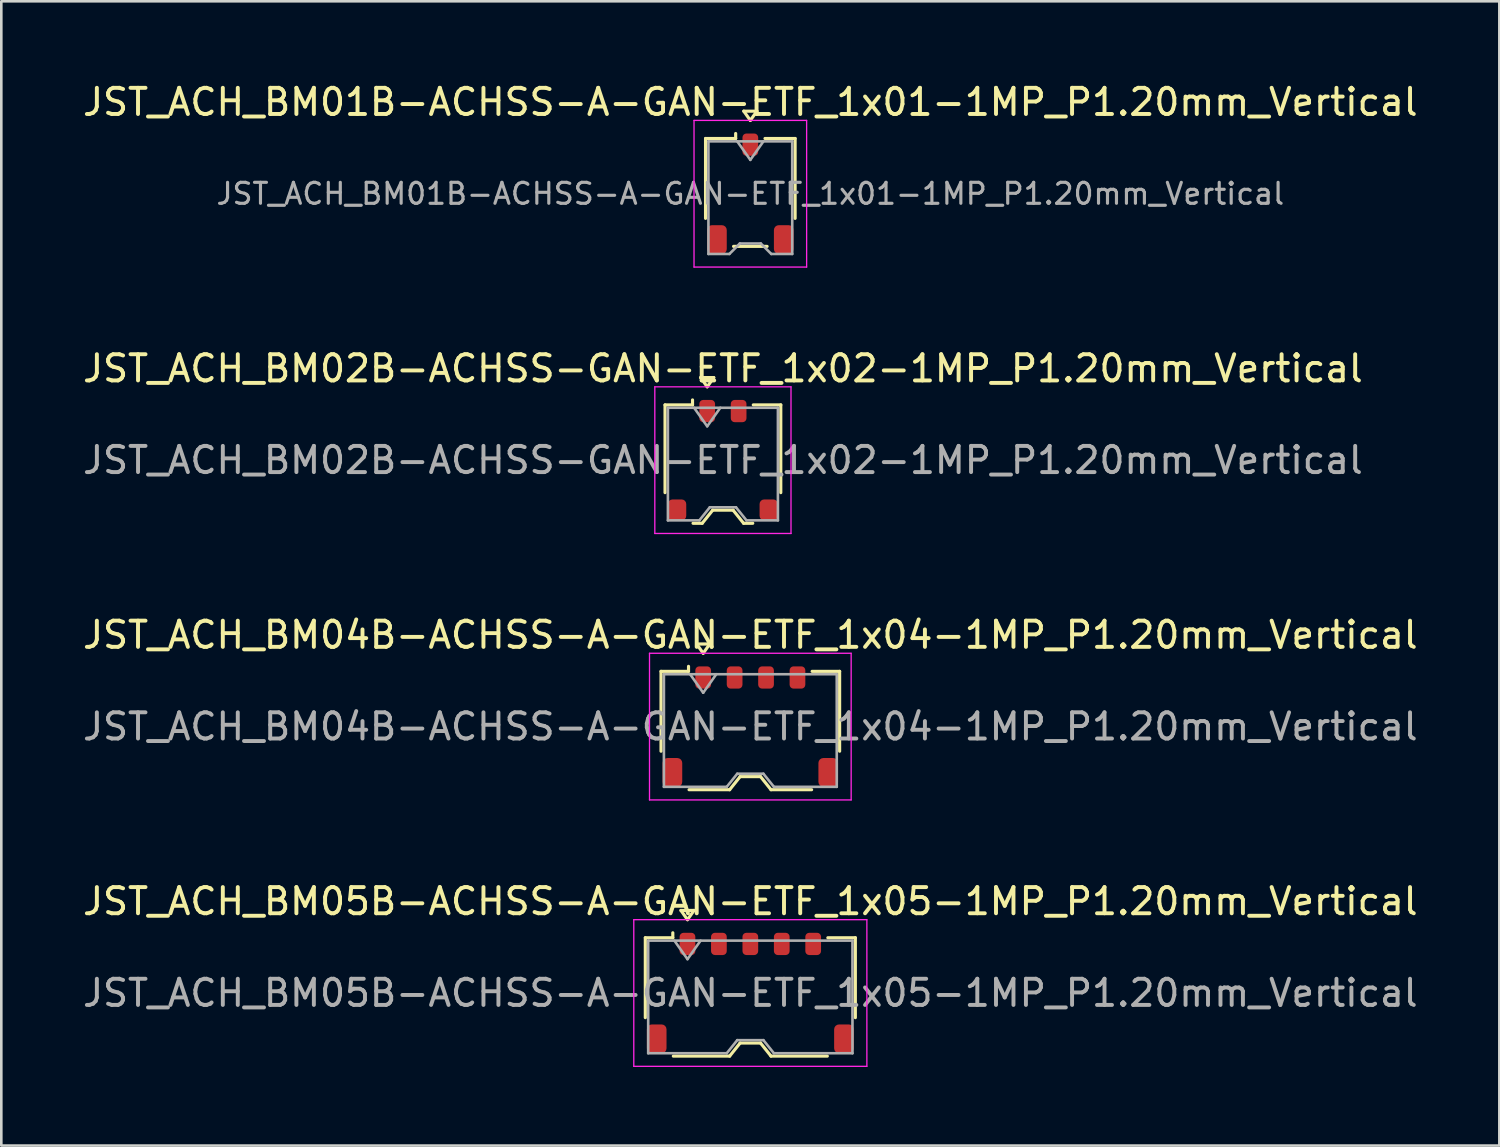
<source format=kicad_pcb>
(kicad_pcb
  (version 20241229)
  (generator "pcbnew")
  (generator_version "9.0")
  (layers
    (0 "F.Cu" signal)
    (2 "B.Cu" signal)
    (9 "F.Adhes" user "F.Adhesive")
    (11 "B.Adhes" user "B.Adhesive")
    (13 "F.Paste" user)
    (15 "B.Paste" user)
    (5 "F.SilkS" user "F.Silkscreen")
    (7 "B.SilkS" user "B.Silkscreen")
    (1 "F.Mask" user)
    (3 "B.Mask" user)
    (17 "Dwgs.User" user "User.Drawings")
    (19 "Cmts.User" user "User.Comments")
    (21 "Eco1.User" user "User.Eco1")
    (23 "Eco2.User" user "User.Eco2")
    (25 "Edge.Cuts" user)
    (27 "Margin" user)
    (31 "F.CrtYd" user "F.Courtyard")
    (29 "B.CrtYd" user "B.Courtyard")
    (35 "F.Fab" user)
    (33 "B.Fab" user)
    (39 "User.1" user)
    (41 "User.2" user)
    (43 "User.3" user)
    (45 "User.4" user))
  (footprint "JST_ACH_BM05B-ACHSS-A-GAN-ETF_1x05-1MP_P1.20mm_Vertical"
    (layer "F.Cu")
    (at 25.601 34.868)
    (property "Reference" "JST_ACH_BM05B-ACHSS-A-GAN-ETF_1x05-1MP_P1.20mm_Vertical" (at 0 -3.5 0) (layer "F.SilkS") (effects (font (size 1 1) (thickness 0.15))))
    (attr smd)
    (fp_line (start -4.01 -2.11) (end -2.96 -2.11) (stroke (width 0.12) (type solid)) (layer "F.SilkS"))
    (fp_line (start -4.01 0.94) (end -4.01 -2.11) (stroke (width 0.12) (type solid)) (layer "F.SilkS"))
    (fp_line (start -2.96 -2.11) (end -2.96 -2.3) (stroke (width 0.12) (type solid)) (layer "F.SilkS"))
    (fp_line (start -2.94 2.41) (end -0.79 2.41) (stroke (width 0.12) (type solid)) (layer "F.SilkS"))
    (fp_line (start -2.65 -3.154) (end -2.4 -2.8) (stroke (width 0.12) (type solid)) (layer "F.SilkS"))
    (fp_line (start -2.4 -2.8) (end -2.15 -3.154) (stroke (width 0.12) (type solid)) (layer "F.SilkS"))
    (fp_line (start -2.15 -3.154) (end -2.65 -3.154) (stroke (width 0.12) (type solid)) (layer "F.SilkS"))
    (fp_line (start -0.79 2.41) (end -0.39 1.91) (stroke (width 0.12) (type solid)) (layer "F.SilkS"))
    (fp_line (start -0.39 1.91) (end 0.39 1.91) (stroke (width 0.12) (type solid)) (layer "F.SilkS"))
    (fp_line (start 0.39 1.91) (end 0.79 2.41) (stroke (width 0.12) (type solid)) (layer "F.SilkS"))
    (fp_line (start 0.79 2.41) (end 2.94 2.41) (stroke (width 0.12) (type solid)) (layer "F.SilkS"))
    (fp_line (start 4.01 -2.11) (end 2.96 -2.11) (stroke (width 0.12) (type solid)) (layer "F.SilkS"))
    (fp_line (start 4.01 0.94) (end 4.01 -2.11) (stroke (width 0.12) (type solid)) (layer "F.SilkS"))
    (fp_line (start -4.45 -2.8) (end -4.45 2.8) (stroke (width 0.05) (type solid)) (layer "F.CrtYd"))
    (fp_line (start -4.45 2.8) (end 4.45 2.8) (stroke (width 0.05) (type solid)) (layer "F.CrtYd"))
    (fp_line (start 4.45 -2.8) (end -4.45 -2.8) (stroke (width 0.05) (type solid)) (layer "F.CrtYd"))
    (fp_line (start 4.45 2.8) (end 4.45 -2.8) (stroke (width 0.05) (type solid)) (layer "F.CrtYd"))
    (fp_line (start -3.9 -2) (end -3.9 2.3) (stroke (width 0.1) (type solid)) (layer "F.Fab"))
    (fp_line (start -3.9 -2) (end 3.9 -2) (stroke (width 0.1) (type solid)) (layer "F.Fab"))
    (fp_line (start -3.9 2.3) (end -0.9 2.3) (stroke (width 0.1) (type solid)) (layer "F.Fab"))
    (fp_line (start -2.9 -2) (end -2.4 -1.293) (stroke (width 0.1) (type solid)) (layer "F.Fab"))
    (fp_line (start -2.4 -1.293) (end -1.9 -2) (stroke (width 0.1) (type solid)) (layer "F.Fab"))
    (fp_line (start -0.9 2.3) (end -0.5 1.8) (stroke (width 0.1) (type solid)) (layer "F.Fab"))
    (fp_line (start -0.5 1.8) (end 0.5 1.8) (stroke (width 0.1) (type solid)) (layer "F.Fab"))
    (fp_line (start 0.5 1.8) (end 0.9 2.3) (stroke (width 0.1) (type solid)) (layer "F.Fab"))
    (fp_line (start 0.9 2.3) (end 3.9 2.3) (stroke (width 0.1) (type solid)) (layer "F.Fab"))
    (fp_line (start 3.9 -2) (end 3.9 2.3) (stroke (width 0.1) (type solid)) (layer "F.Fab"))
    (fp_text user "${REFERENCE}" (at 0 0 0) (layer "F.Fab") (effects (font (size 1 1) (thickness 0.15))))
    (pad "1" smd roundrect (at -2.4 -1.875) (size 0.6 0.85) (layers "F.Cu" "F.Mask" "F.Paste") (roundrect_rratio 0.25))
    (pad "2" smd roundrect (at -1.2 -1.875) (size 0.6 0.85) (layers "F.Cu" "F.Mask" "F.Paste") (roundrect_rratio 0.25))
    (pad "3" smd roundrect (at 0 -1.875) (size 0.6 0.85) (layers "F.Cu" "F.Mask" "F.Paste") (roundrect_rratio 0.25))
    (pad "4" smd roundrect (at 1.2 -1.875) (size 0.6 0.85) (layers "F.Cu" "F.Mask" "F.Paste") (roundrect_rratio 0.25))
    (pad "5" smd roundrect (at 2.4 -1.875) (size 0.6 0.85) (layers "F.Cu" "F.Mask" "F.Paste") (roundrect_rratio 0.25))
    (pad "MP" smd roundrect (at -3.575 1.75) (size 0.75 1.1) (layers "F.Cu" "F.Mask" "F.Paste") (roundrect_rratio 0.25))
    (pad "MP" smd roundrect (at 3.575 1.75) (size 0.75 1.1) (layers "F.Cu" "F.Mask" "F.Paste") (roundrect_rratio 0.25)))
  (footprint "JST_ACH_BM02B-ACHSS-GAN-ETF_1x02-1MP_P1.20mm_Vertical"
    (layer "F.Cu")
    (at 24.554 14.521)
    (property "Reference" "JST_ACH_BM02B-ACHSS-GAN-ETF_1x02-1MP_P1.20mm_Vertical" (at 0 -3.5 0) (layer "F.SilkS") (effects (font (size 1 1) (thickness 0.15))))
    (attr smd)
    (fp_line (start -2.21 -2.11) (end -1.16 -2.11) (stroke (width 0.12) (type solid)) (layer "F.SilkS"))
    (fp_line (start -2.21 1.24) (end -2.21 -2.11) (stroke (width 0.12) (type solid)) (layer "F.SilkS"))
    (fp_line (start -1.16 -2.11) (end -1.16 -2.3) (stroke (width 0.12) (type solid)) (layer "F.SilkS"))
    (fp_line (start -1.14 2.41) (end -0.79 2.41) (stroke (width 0.12) (type solid)) (layer "F.SilkS"))
    (fp_line (start -0.85 -3.154) (end -0.6 -2.8) (stroke (width 0.12) (type solid)) (layer "F.SilkS"))
    (fp_line (start -0.79 2.41) (end -0.39 1.91) (stroke (width 0.12) (type solid)) (layer "F.SilkS"))
    (fp_line (start -0.6 -2.8) (end -0.35 -3.154) (stroke (width 0.12) (type solid)) (layer "F.SilkS"))
    (fp_line (start -0.39 1.91) (end 0.39 1.91) (stroke (width 0.12) (type solid)) (layer "F.SilkS"))
    (fp_line (start -0.35 -3.154) (end -0.85 -3.154) (stroke (width 0.12) (type solid)) (layer "F.SilkS"))
    (fp_line (start 0.39 1.91) (end 0.79 2.41) (stroke (width 0.12) (type solid)) (layer "F.SilkS"))
    (fp_line (start 0.79 2.41) (end 1.14 2.41) (stroke (width 0.12) (type solid)) (layer "F.SilkS"))
    (fp_line (start 2.21 -2.11) (end 1.16 -2.11) (stroke (width 0.12) (type solid)) (layer "F.SilkS"))
    (fp_line (start 2.21 1.24) (end 2.21 -2.11) (stroke (width 0.12) (type solid)) (layer "F.SilkS"))
    (fp_line (start -2.6 -2.8) (end -2.6 2.8) (stroke (width 0.05) (type solid)) (layer "F.CrtYd"))
    (fp_line (start -2.6 2.8) (end 2.6 2.8) (stroke (width 0.05) (type solid)) (layer "F.CrtYd"))
    (fp_line (start 2.6 -2.8) (end -2.6 -2.8) (stroke (width 0.05) (type solid)) (layer "F.CrtYd"))
    (fp_line (start 2.6 2.8) (end 2.6 -2.8) (stroke (width 0.05) (type solid)) (layer "F.CrtYd"))
    (fp_line (start -2.1 -2) (end -2.1 2.3) (stroke (width 0.1) (type solid)) (layer "F.Fab"))
    (fp_line (start -2.1 -2) (end 2.1 -2) (stroke (width 0.1) (type solid)) (layer "F.Fab"))
    (fp_line (start -2.1 2.3) (end -0.9 2.3) (stroke (width 0.1) (type solid)) (layer "F.Fab"))
    (fp_line (start -1.1 -2) (end -0.6 -1.293) (stroke (width 0.1) (type solid)) (layer "F.Fab"))
    (fp_line (start -0.9 2.3) (end -0.5 1.8) (stroke (width 0.1) (type solid)) (layer "F.Fab"))
    (fp_line (start -0.6 -1.293) (end -0.1 -2) (stroke (width 0.1) (type solid)) (layer "F.Fab"))
    (fp_line (start -0.5 1.8) (end 0.5 1.8) (stroke (width 0.1) (type solid)) (layer "F.Fab"))
    (fp_line (start 0.5 1.8) (end 0.9 2.3) (stroke (width 0.1) (type solid)) (layer "F.Fab"))
    (fp_line (start 0.9 2.3) (end 2.1 2.3) (stroke (width 0.1) (type solid)) (layer "F.Fab"))
    (fp_line (start 2.1 -2) (end 2.1 2.3) (stroke (width 0.1) (type solid)) (layer "F.Fab"))
    (fp_text user "${REFERENCE}" (at 0 0 0) (layer "F.Fab") (effects (font (size 1 1) (thickness 0.15))))
    (pad "1" smd roundrect (at -0.6 -1.875) (size 0.6 0.85) (layers "F.Cu" "F.Mask" "F.Paste") (roundrect_rratio 0.25))
    (pad "2" smd roundrect (at 0.6 -1.875) (size 0.6 0.85) (layers "F.Cu" "F.Mask" "F.Paste") (roundrect_rratio 0.25))
    (pad "MP" smd roundrect (at -1.75 1.9) (size 0.7 0.8) (layers "F.Cu" "F.Mask" "F.Paste") (roundrect_rratio 0.25))
    (pad "MP" smd roundrect (at 1.75 1.9) (size 0.7 0.8) (layers "F.Cu" "F.Mask" "F.Paste") (roundrect_rratio 0.25)))
  (footprint "JST_ACH_BM01B-ACHSS-A-GAN-ETF_1x01-1MP_P1.20mm_Vertical"
    (layer "F.Cu")
    (at 25.601 4.348)
    (property "Reference" "JST_ACH_BM01B-ACHSS-A-GAN-ETF_1x01-1MP_P1.20mm_Vertical" (at 0 -3.5 0) (layer "F.SilkS") (effects (font (size 1 1) (thickness 0.15))))
    (attr smd)
    (fp_line (start -1.71 -2.11) (end -0.56 -2.11) (stroke (width 0.12) (type solid)) (layer "F.SilkS"))
    (fp_line (start -1.71 0.94) (end -1.71 -2.11) (stroke (width 0.12) (type solid)) (layer "F.SilkS"))
    (fp_line (start -0.64 2.01) (end 0.64 2.01) (stroke (width 0.12) (type solid)) (layer "F.SilkS"))
    (fp_line (start -0.56 -2.11) (end -0.56 -2.3) (stroke (width 0.12) (type solid)) (layer "F.SilkS"))
    (fp_line (start -0.25 -3.154) (end 0 -2.8) (stroke (width 0.12) (type solid)) (layer "F.SilkS"))
    (fp_line (start 0 -2.8) (end 0.25 -3.154) (stroke (width 0.12) (type solid)) (layer "F.SilkS"))
    (fp_line (start 0.25 -3.154) (end -0.25 -3.154) (stroke (width 0.12) (type solid)) (layer "F.SilkS"))
    (fp_line (start 1.71 -2.11) (end 0.56 -2.11) (stroke (width 0.12) (type solid)) (layer "F.SilkS"))
    (fp_line (start 1.71 0.94) (end 1.71 -2.11) (stroke (width 0.12) (type solid)) (layer "F.SilkS"))
    (fp_line (start -2.15 -2.8) (end -2.15 2.8) (stroke (width 0.05) (type solid)) (layer "F.CrtYd"))
    (fp_line (start -2.15 2.8) (end 2.15 2.8) (stroke (width 0.05) (type solid)) (layer "F.CrtYd"))
    (fp_line (start 2.15 -2.8) (end -2.15 -2.8) (stroke (width 0.05) (type solid)) (layer "F.CrtYd"))
    (fp_line (start 2.15 2.8) (end 2.15 -2.8) (stroke (width 0.05) (type solid)) (layer "F.CrtYd"))
    (fp_line (start -1.6 -2) (end -1.6 2.3) (stroke (width 0.1) (type solid)) (layer "F.Fab"))
    (fp_line (start -1.6 -2) (end 1.6 -2) (stroke (width 0.1) (type solid)) (layer "F.Fab"))
    (fp_line (start -1.6 2.3) (end -0.8 2.3) (stroke (width 0.1) (type solid)) (layer "F.Fab"))
    (fp_line (start -0.8 2.3) (end -0.4 1.9) (stroke (width 0.1) (type solid)) (layer "F.Fab"))
    (fp_line (start -0.5 -2) (end 0 -1.293) (stroke (width 0.1) (type solid)) (layer "F.Fab"))
    (fp_line (start -0.4 1.9) (end 0.4 1.9) (stroke (width 0.1) (type solid)) (layer "F.Fab"))
    (fp_line (start 0 -1.293) (end 0.5 -2) (stroke (width 0.1) (type solid)) (layer "F.Fab"))
    (fp_line (start 0.4 1.9) (end 0.8 2.3) (stroke (width 0.1) (type solid)) (layer "F.Fab"))
    (fp_line (start 0.8 2.3) (end 1.6 2.3) (stroke (width 0.1) (type solid)) (layer "F.Fab"))
    (fp_line (start 1.6 -2) (end 1.6 2.3) (stroke (width 0.1) (type solid)) (layer "F.Fab"))
    (fp_text user "${REFERENCE}" (at 0 0 0) (layer "F.Fab") (effects (font (size 0.8 0.8) (thickness 0.12))))
    (pad "1" smd roundrect (at 0 -1.875) (size 0.6 0.85) (layers "F.Cu" "F.Mask" "F.Paste") (roundrect_rratio 0.25))
    (pad "MP" smd roundrect (at -1.275 1.75) (size 0.75 1.1) (layers "F.Cu" "F.Mask" "F.Paste") (roundrect_rratio 0.25))
    (pad "MP" smd roundrect (at 1.275 1.75) (size 0.75 1.1) (layers "F.Cu" "F.Mask" "F.Paste") (roundrect_rratio 0.25)))
  (footprint "JST_ACH_BM04B-ACHSS-A-GAN-ETF_1x04-1MP_P1.20mm_Vertical"
    (layer "F.Cu")
    (at 25.601 24.695)
    (property "Reference" "JST_ACH_BM04B-ACHSS-A-GAN-ETF_1x04-1MP_P1.20mm_Vertical" (at 0 -3.5 0) (layer "F.SilkS") (effects (font (size 1 1) (thickness 0.15))))
    (attr smd)
    (fp_line (start -3.41 -2.11) (end -2.36 -2.11) (stroke (width 0.12) (type solid)) (layer "F.SilkS"))
    (fp_line (start -3.41 0.94) (end -3.41 -2.11) (stroke (width 0.12) (type solid)) (layer "F.SilkS"))
    (fp_line (start -2.36 -2.11) (end -2.36 -2.3) (stroke (width 0.12) (type solid)) (layer "F.SilkS"))
    (fp_line (start -2.34 2.41) (end -0.79 2.41) (stroke (width 0.12) (type solid)) (layer "F.SilkS"))
    (fp_line (start -2.05 -3.154) (end -1.8 -2.8) (stroke (width 0.12) (type solid)) (layer "F.SilkS"))
    (fp_line (start -1.8 -2.8) (end -1.55 -3.154) (stroke (width 0.12) (type solid)) (layer "F.SilkS"))
    (fp_line (start -1.55 -3.154) (end -2.05 -3.154) (stroke (width 0.12) (type solid)) (layer "F.SilkS"))
    (fp_line (start -0.79 2.41) (end -0.39 1.91) (stroke (width 0.12) (type solid)) (layer "F.SilkS"))
    (fp_line (start -0.39 1.91) (end 0.39 1.91) (stroke (width 0.12) (type solid)) (layer "F.SilkS"))
    (fp_line (start 0.39 1.91) (end 0.79 2.41) (stroke (width 0.12) (type solid)) (layer "F.SilkS"))
    (fp_line (start 0.79 2.41) (end 2.34 2.41) (stroke (width 0.12) (type solid)) (layer "F.SilkS"))
    (fp_line (start 3.41 -2.11) (end 2.36 -2.11) (stroke (width 0.12) (type solid)) (layer "F.SilkS"))
    (fp_line (start 3.41 0.94) (end 3.41 -2.11) (stroke (width 0.12) (type solid)) (layer "F.SilkS"))
    (fp_line (start -3.85 -2.8) (end -3.85 2.8) (stroke (width 0.05) (type solid)) (layer "F.CrtYd"))
    (fp_line (start -3.85 2.8) (end 3.85 2.8) (stroke (width 0.05) (type solid)) (layer "F.CrtYd"))
    (fp_line (start 3.85 -2.8) (end -3.85 -2.8) (stroke (width 0.05) (type solid)) (layer "F.CrtYd"))
    (fp_line (start 3.85 2.8) (end 3.85 -2.8) (stroke (width 0.05) (type solid)) (layer "F.CrtYd"))
    (fp_line (start -3.3 -2) (end -3.3 2.3) (stroke (width 0.1) (type solid)) (layer "F.Fab"))
    (fp_line (start -3.3 -2) (end 3.3 -2) (stroke (width 0.1) (type solid)) (layer "F.Fab"))
    (fp_line (start -3.3 2.3) (end -0.9 2.3) (stroke (width 0.1) (type solid)) (layer "F.Fab"))
    (fp_line (start -2.3 -2) (end -1.8 -1.293) (stroke (width 0.1) (type solid)) (layer "F.Fab"))
    (fp_line (start -1.8 -1.293) (end -1.3 -2) (stroke (width 0.1) (type solid)) (layer "F.Fab"))
    (fp_line (start -0.9 2.3) (end -0.5 1.8) (stroke (width 0.1) (type solid)) (layer "F.Fab"))
    (fp_line (start -0.5 1.8) (end 0.5 1.8) (stroke (width 0.1) (type solid)) (layer "F.Fab"))
    (fp_line (start 0.5 1.8) (end 0.9 2.3) (stroke (width 0.1) (type solid)) (layer "F.Fab"))
    (fp_line (start 0.9 2.3) (end 3.3 2.3) (stroke (width 0.1) (type solid)) (layer "F.Fab"))
    (fp_line (start 3.3 -2) (end 3.3 2.3) (stroke (width 0.1) (type solid)) (layer "F.Fab"))
    (fp_text user "${REFERENCE}" (at 0 0 0) (layer "F.Fab") (effects (font (size 1 1) (thickness 0.15))))
    (pad "1" smd roundrect (at -1.8 -1.875) (size 0.6 0.85) (layers "F.Cu" "F.Mask" "F.Paste") (roundrect_rratio 0.25))
    (pad "2" smd roundrect (at -0.6 -1.875) (size 0.6 0.85) (layers "F.Cu" "F.Mask" "F.Paste") (roundrect_rratio 0.25))
    (pad "3" smd roundrect (at 0.6 -1.875) (size 0.6 0.85) (layers "F.Cu" "F.Mask" "F.Paste") (roundrect_rratio 0.25))
    (pad "4" smd roundrect (at 1.8 -1.875) (size 0.6 0.85) (layers "F.Cu" "F.Mask" "F.Paste") (roundrect_rratio 0.25))
    (pad "MP" smd roundrect (at -2.975 1.75) (size 0.75 1.1) (layers "F.Cu" "F.Mask" "F.Paste") (roundrect_rratio 0.25))
    (pad "MP" smd roundrect (at 2.975 1.75) (size 0.75 1.1) (layers "F.Cu" "F.Mask" "F.Paste") (roundrect_rratio 0.25)))
  (gr_rect
    (start -3 -3)
    (end 54.202 40.693)
    (stroke (width 0.1) (type default))
    (fill no)
    (layer "Edge.Cuts")))
</source>
